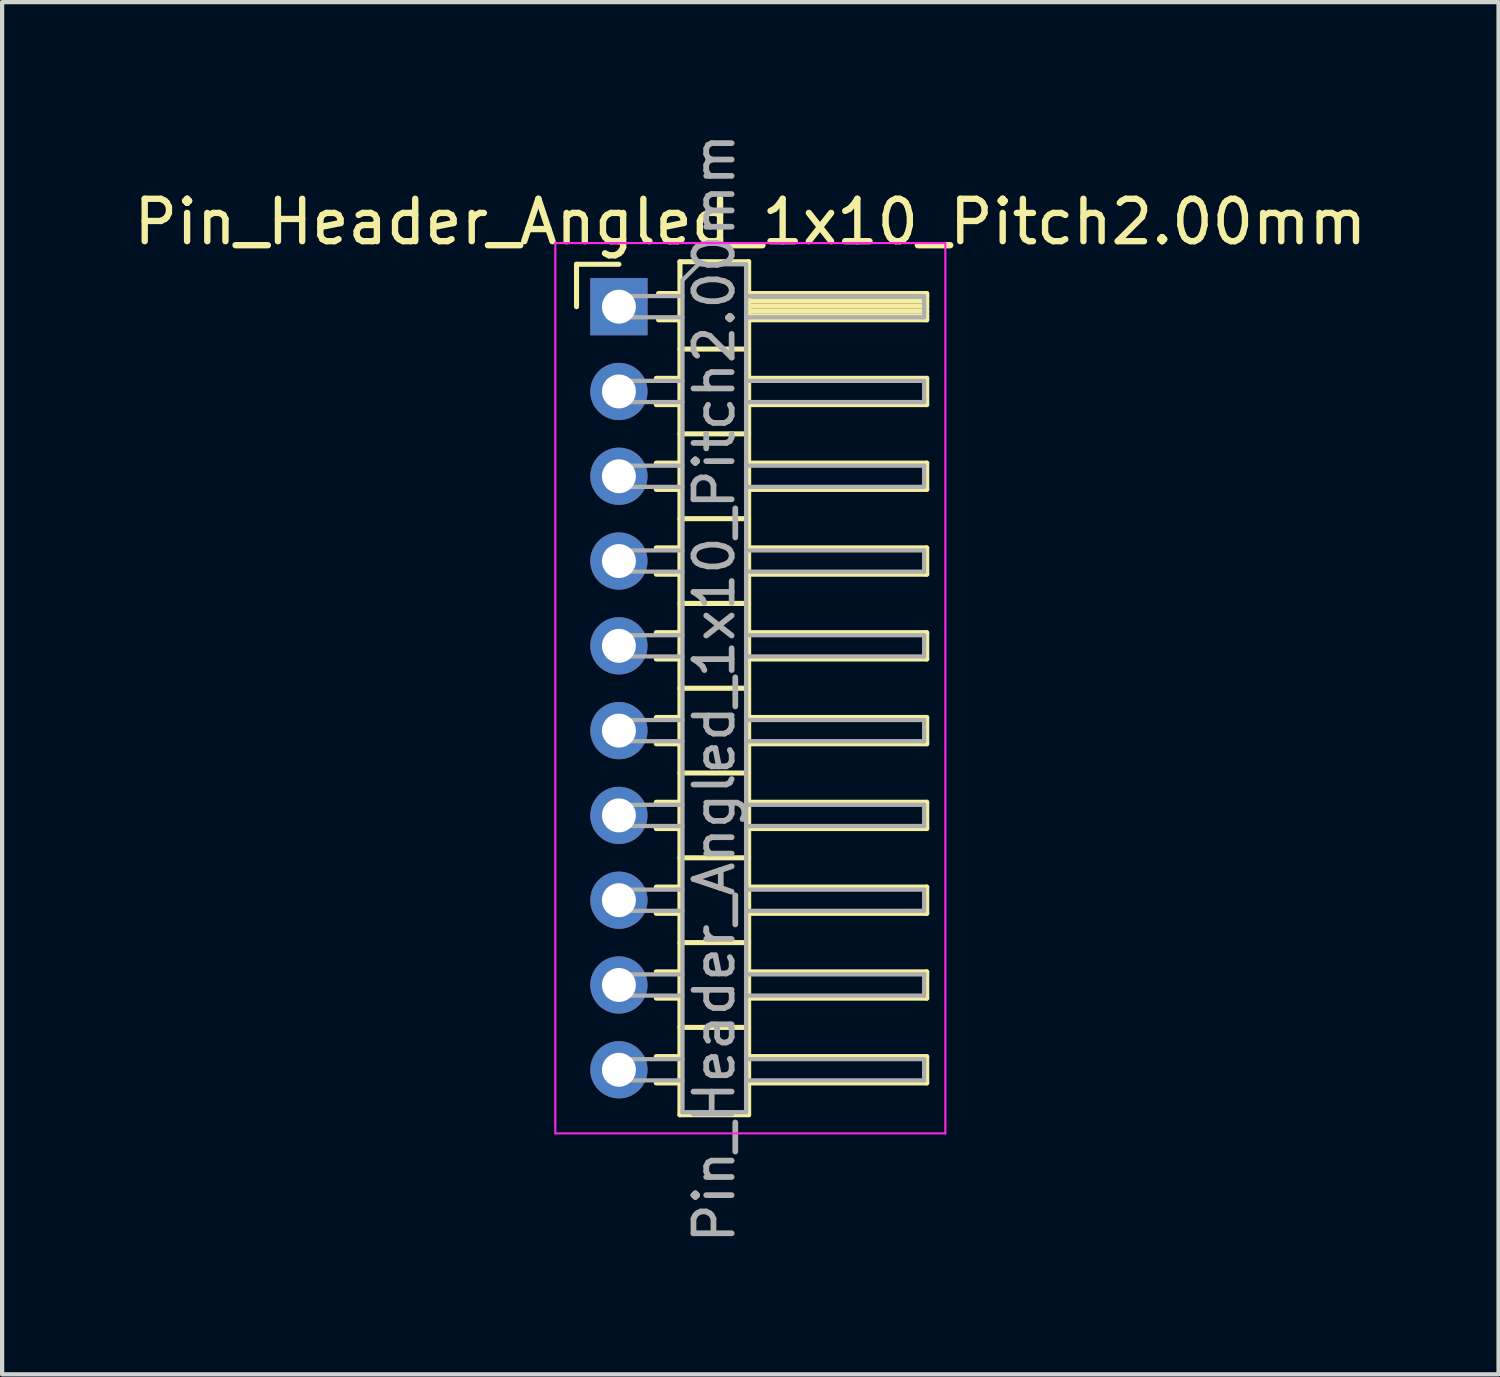
<source format=kicad_pcb>
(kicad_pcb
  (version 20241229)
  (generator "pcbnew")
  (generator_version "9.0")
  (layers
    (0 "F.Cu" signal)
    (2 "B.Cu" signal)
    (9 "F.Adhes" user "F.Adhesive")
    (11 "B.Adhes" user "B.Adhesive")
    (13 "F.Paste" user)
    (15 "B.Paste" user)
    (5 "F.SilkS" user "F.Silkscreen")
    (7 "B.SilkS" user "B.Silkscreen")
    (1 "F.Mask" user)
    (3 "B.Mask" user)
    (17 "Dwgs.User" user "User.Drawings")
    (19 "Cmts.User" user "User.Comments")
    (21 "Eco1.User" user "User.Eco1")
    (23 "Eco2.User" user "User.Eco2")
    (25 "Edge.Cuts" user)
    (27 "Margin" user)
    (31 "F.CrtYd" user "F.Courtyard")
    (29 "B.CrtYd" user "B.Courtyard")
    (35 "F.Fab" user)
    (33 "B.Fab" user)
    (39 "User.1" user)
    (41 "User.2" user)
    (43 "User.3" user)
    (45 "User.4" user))
  (footprint "Pin_Header_Angled_1x10_Pitch2.00mm"
    (layer "F.Cu")
    (at 11.549 4.184)
    (property "Reference" "Pin_Header_Angled_1x10_Pitch2.00mm" (at 3.1 -2 0) (layer "F.SilkS") (effects (font (size 1 1) (thickness 0.15))))
    (attr through_hole)
    (fp_line (start -1 -1) (end 0 -1) (stroke (width 0.12) (type solid)) (layer "F.SilkS"))
    (fp_line (start -1 0) (end -1 -1) (stroke (width 0.12) (type solid)) (layer "F.SilkS"))
    (fp_line (start 0.882 1.69) (end 1.44 1.69) (stroke (width 0.12) (type solid)) (layer "F.SilkS"))
    (fp_line (start 0.882 2.31) (end 1.44 2.31) (stroke (width 0.12) (type solid)) (layer "F.SilkS"))
    (fp_line (start 0.882 3.69) (end 1.44 3.69) (stroke (width 0.12) (type solid)) (layer "F.SilkS"))
    (fp_line (start 0.882 4.31) (end 1.44 4.31) (stroke (width 0.12) (type solid)) (layer "F.SilkS"))
    (fp_line (start 0.882 5.69) (end 1.44 5.69) (stroke (width 0.12) (type solid)) (layer "F.SilkS"))
    (fp_line (start 0.882 6.31) (end 1.44 6.31) (stroke (width 0.12) (type solid)) (layer "F.SilkS"))
    (fp_line (start 0.882 7.69) (end 1.44 7.69) (stroke (width 0.12) (type solid)) (layer "F.SilkS"))
    (fp_line (start 0.882 8.31) (end 1.44 8.31) (stroke (width 0.12) (type solid)) (layer "F.SilkS"))
    (fp_line (start 0.882 9.69) (end 1.44 9.69) (stroke (width 0.12) (type solid)) (layer "F.SilkS"))
    (fp_line (start 0.882 10.31) (end 1.44 10.31) (stroke (width 0.12) (type solid)) (layer "F.SilkS"))
    (fp_line (start 0.882 11.69) (end 1.44 11.69) (stroke (width 0.12) (type solid)) (layer "F.SilkS"))
    (fp_line (start 0.882 12.31) (end 1.44 12.31) (stroke (width 0.12) (type solid)) (layer "F.SilkS"))
    (fp_line (start 0.882 13.69) (end 1.44 13.69) (stroke (width 0.12) (type solid)) (layer "F.SilkS"))
    (fp_line (start 0.882 14.31) (end 1.44 14.31) (stroke (width 0.12) (type solid)) (layer "F.SilkS"))
    (fp_line (start 0.882 15.69) (end 1.44 15.69) (stroke (width 0.12) (type solid)) (layer "F.SilkS"))
    (fp_line (start 0.882 16.31) (end 1.44 16.31) (stroke (width 0.12) (type solid)) (layer "F.SilkS"))
    (fp_line (start 0.882 17.69) (end 1.44 17.69) (stroke (width 0.12) (type solid)) (layer "F.SilkS"))
    (fp_line (start 0.882 18.31) (end 1.44 18.31) (stroke (width 0.12) (type solid)) (layer "F.SilkS"))
    (fp_line (start 0.935 -0.31) (end 1.44 -0.31) (stroke (width 0.12) (type solid)) (layer "F.SilkS"))
    (fp_line (start 0.935 0.31) (end 1.44 0.31) (stroke (width 0.12) (type solid)) (layer "F.SilkS"))
    (fp_line (start 1.44 -1.06) (end 1.44 19.06) (stroke (width 0.12) (type solid)) (layer "F.SilkS"))
    (fp_line (start 1.44 1) (end 3.06 1) (stroke (width 0.12) (type solid)) (layer "F.SilkS"))
    (fp_line (start 1.44 3) (end 3.06 3) (stroke (width 0.12) (type solid)) (layer "F.SilkS"))
    (fp_line (start 1.44 5) (end 3.06 5) (stroke (width 0.12) (type solid)) (layer "F.SilkS"))
    (fp_line (start 1.44 7) (end 3.06 7) (stroke (width 0.12) (type solid)) (layer "F.SilkS"))
    (fp_line (start 1.44 9) (end 3.06 9) (stroke (width 0.12) (type solid)) (layer "F.SilkS"))
    (fp_line (start 1.44 11) (end 3.06 11) (stroke (width 0.12) (type solid)) (layer "F.SilkS"))
    (fp_line (start 1.44 13) (end 3.06 13) (stroke (width 0.12) (type solid)) (layer "F.SilkS"))
    (fp_line (start 1.44 15) (end 3.06 15) (stroke (width 0.12) (type solid)) (layer "F.SilkS"))
    (fp_line (start 1.44 17) (end 3.06 17) (stroke (width 0.12) (type solid)) (layer "F.SilkS"))
    (fp_line (start 1.44 19.06) (end 3.06 19.06) (stroke (width 0.12) (type solid)) (layer "F.SilkS"))
    (fp_line (start 3.06 -1.06) (end 1.44 -1.06) (stroke (width 0.12) (type solid)) (layer "F.SilkS"))
    (fp_line (start 3.06 -0.31) (end 7.26 -0.31) (stroke (width 0.12) (type solid)) (layer "F.SilkS"))
    (fp_line (start 3.06 -0.25) (end 7.26 -0.25) (stroke (width 0.12) (type solid)) (layer "F.SilkS"))
    (fp_line (start 3.06 -0.13) (end 7.26 -0.13) (stroke (width 0.12) (type solid)) (layer "F.SilkS"))
    (fp_line (start 3.06 -0.01) (end 7.26 -0.01) (stroke (width 0.12) (type solid)) (layer "F.SilkS"))
    (fp_line (start 3.06 0.11) (end 7.26 0.11) (stroke (width 0.12) (type solid)) (layer "F.SilkS"))
    (fp_line (start 3.06 0.23) (end 7.26 0.23) (stroke (width 0.12) (type solid)) (layer "F.SilkS"))
    (fp_line (start 3.06 1.69) (end 7.26 1.69) (stroke (width 0.12) (type solid)) (layer "F.SilkS"))
    (fp_line (start 3.06 3.69) (end 7.26 3.69) (stroke (width 0.12) (type solid)) (layer "F.SilkS"))
    (fp_line (start 3.06 5.69) (end 7.26 5.69) (stroke (width 0.12) (type solid)) (layer "F.SilkS"))
    (fp_line (start 3.06 7.69) (end 7.26 7.69) (stroke (width 0.12) (type solid)) (layer "F.SilkS"))
    (fp_line (start 3.06 9.69) (end 7.26 9.69) (stroke (width 0.12) (type solid)) (layer "F.SilkS"))
    (fp_line (start 3.06 11.69) (end 7.26 11.69) (stroke (width 0.12) (type solid)) (layer "F.SilkS"))
    (fp_line (start 3.06 13.69) (end 7.26 13.69) (stroke (width 0.12) (type solid)) (layer "F.SilkS"))
    (fp_line (start 3.06 15.69) (end 7.26 15.69) (stroke (width 0.12) (type solid)) (layer "F.SilkS"))
    (fp_line (start 3.06 17.69) (end 7.26 17.69) (stroke (width 0.12) (type solid)) (layer "F.SilkS"))
    (fp_line (start 3.06 19.06) (end 3.06 -1.06) (stroke (width 0.12) (type solid)) (layer "F.SilkS"))
    (fp_line (start 7.26 -0.31) (end 7.26 0.31) (stroke (width 0.12) (type solid)) (layer "F.SilkS"))
    (fp_line (start 7.26 0.31) (end 3.06 0.31) (stroke (width 0.12) (type solid)) (layer "F.SilkS"))
    (fp_line (start 7.26 1.69) (end 7.26 2.31) (stroke (width 0.12) (type solid)) (layer "F.SilkS"))
    (fp_line (start 7.26 2.31) (end 3.06 2.31) (stroke (width 0.12) (type solid)) (layer "F.SilkS"))
    (fp_line (start 7.26 3.69) (end 7.26 4.31) (stroke (width 0.12) (type solid)) (layer "F.SilkS"))
    (fp_line (start 7.26 4.31) (end 3.06 4.31) (stroke (width 0.12) (type solid)) (layer "F.SilkS"))
    (fp_line (start 7.26 5.69) (end 7.26 6.31) (stroke (width 0.12) (type solid)) (layer "F.SilkS"))
    (fp_line (start 7.26 6.31) (end 3.06 6.31) (stroke (width 0.12) (type solid)) (layer "F.SilkS"))
    (fp_line (start 7.26 7.69) (end 7.26 8.31) (stroke (width 0.12) (type solid)) (layer "F.SilkS"))
    (fp_line (start 7.26 8.31) (end 3.06 8.31) (stroke (width 0.12) (type solid)) (layer "F.SilkS"))
    (fp_line (start 7.26 9.69) (end 7.26 10.31) (stroke (width 0.12) (type solid)) (layer "F.SilkS"))
    (fp_line (start 7.26 10.31) (end 3.06 10.31) (stroke (width 0.12) (type solid)) (layer "F.SilkS"))
    (fp_line (start 7.26 11.69) (end 7.26 12.31) (stroke (width 0.12) (type solid)) (layer "F.SilkS"))
    (fp_line (start 7.26 12.31) (end 3.06 12.31) (stroke (width 0.12) (type solid)) (layer "F.SilkS"))
    (fp_line (start 7.26 13.69) (end 7.26 14.31) (stroke (width 0.12) (type solid)) (layer "F.SilkS"))
    (fp_line (start 7.26 14.31) (end 3.06 14.31) (stroke (width 0.12) (type solid)) (layer "F.SilkS"))
    (fp_line (start 7.26 15.69) (end 7.26 16.31) (stroke (width 0.12) (type solid)) (layer "F.SilkS"))
    (fp_line (start 7.26 16.31) (end 3.06 16.31) (stroke (width 0.12) (type solid)) (layer "F.SilkS"))
    (fp_line (start 7.26 17.69) (end 7.26 18.31) (stroke (width 0.12) (type solid)) (layer "F.SilkS"))
    (fp_line (start 7.26 18.31) (end 3.06 18.31) (stroke (width 0.12) (type solid)) (layer "F.SilkS"))
    (fp_line (start -1.5 -1.5) (end -1.5 19.5) (stroke (width 0.05) (type solid)) (layer "F.CrtYd"))
    (fp_line (start -1.5 19.5) (end 7.7 19.5) (stroke (width 0.05) (type solid)) (layer "F.CrtYd"))
    (fp_line (start 7.7 -1.5) (end -1.5 -1.5) (stroke (width 0.05) (type solid)) (layer "F.CrtYd"))
    (fp_line (start 7.7 19.5) (end 7.7 -1.5) (stroke (width 0.05) (type solid)) (layer "F.CrtYd"))
    (fp_line (start -0.25 -0.25) (end -0.25 0.25) (stroke (width 0.1) (type solid)) (layer "F.Fab"))
    (fp_line (start -0.25 -0.25) (end 1.5 -0.25) (stroke (width 0.1) (type solid)) (layer "F.Fab"))
    (fp_line (start -0.25 0.25) (end 1.5 0.25) (stroke (width 0.1) (type solid)) (layer "F.Fab"))
    (fp_line (start -0.25 1.75) (end -0.25 2.25) (stroke (width 0.1) (type solid)) (layer "F.Fab"))
    (fp_line (start -0.25 1.75) (end 1.5 1.75) (stroke (width 0.1) (type solid)) (layer "F.Fab"))
    (fp_line (start -0.25 2.25) (end 1.5 2.25) (stroke (width 0.1) (type solid)) (layer "F.Fab"))
    (fp_line (start -0.25 3.75) (end -0.25 4.25) (stroke (width 0.1) (type solid)) (layer "F.Fab"))
    (fp_line (start -0.25 3.75) (end 1.5 3.75) (stroke (width 0.1) (type solid)) (layer "F.Fab"))
    (fp_line (start -0.25 4.25) (end 1.5 4.25) (stroke (width 0.1) (type solid)) (layer "F.Fab"))
    (fp_line (start -0.25 5.75) (end -0.25 6.25) (stroke (width 0.1) (type solid)) (layer "F.Fab"))
    (fp_line (start -0.25 5.75) (end 1.5 5.75) (stroke (width 0.1) (type solid)) (layer "F.Fab"))
    (fp_line (start -0.25 6.25) (end 1.5 6.25) (stroke (width 0.1) (type solid)) (layer "F.Fab"))
    (fp_line (start -0.25 7.75) (end -0.25 8.25) (stroke (width 0.1) (type solid)) (layer "F.Fab"))
    (fp_line (start -0.25 7.75) (end 1.5 7.75) (stroke (width 0.1) (type solid)) (layer "F.Fab"))
    (fp_line (start -0.25 8.25) (end 1.5 8.25) (stroke (width 0.1) (type solid)) (layer "F.Fab"))
    (fp_line (start -0.25 9.75) (end -0.25 10.25) (stroke (width 0.1) (type solid)) (layer "F.Fab"))
    (fp_line (start -0.25 9.75) (end 1.5 9.75) (stroke (width 0.1) (type solid)) (layer "F.Fab"))
    (fp_line (start -0.25 10.25) (end 1.5 10.25) (stroke (width 0.1) (type solid)) (layer "F.Fab"))
    (fp_line (start -0.25 11.75) (end -0.25 12.25) (stroke (width 0.1) (type solid)) (layer "F.Fab"))
    (fp_line (start -0.25 11.75) (end 1.5 11.75) (stroke (width 0.1) (type solid)) (layer "F.Fab"))
    (fp_line (start -0.25 12.25) (end 1.5 12.25) (stroke (width 0.1) (type solid)) (layer "F.Fab"))
    (fp_line (start -0.25 13.75) (end -0.25 14.25) (stroke (width 0.1) (type solid)) (layer "F.Fab"))
    (fp_line (start -0.25 13.75) (end 1.5 13.75) (stroke (width 0.1) (type solid)) (layer "F.Fab"))
    (fp_line (start -0.25 14.25) (end 1.5 14.25) (stroke (width 0.1) (type solid)) (layer "F.Fab"))
    (fp_line (start -0.25 15.75) (end -0.25 16.25) (stroke (width 0.1) (type solid)) (layer "F.Fab"))
    (fp_line (start -0.25 15.75) (end 1.5 15.75) (stroke (width 0.1) (type solid)) (layer "F.Fab"))
    (fp_line (start -0.25 16.25) (end 1.5 16.25) (stroke (width 0.1) (type solid)) (layer "F.Fab"))
    (fp_line (start -0.25 17.75) (end -0.25 18.25) (stroke (width 0.1) (type solid)) (layer "F.Fab"))
    (fp_line (start -0.25 17.75) (end 1.5 17.75) (stroke (width 0.1) (type solid)) (layer "F.Fab"))
    (fp_line (start -0.25 18.25) (end 1.5 18.25) (stroke (width 0.1) (type solid)) (layer "F.Fab"))
    (fp_line (start 1.5 -0.625) (end 1.875 -1) (stroke (width 0.1) (type solid)) (layer "F.Fab"))
    (fp_line (start 1.5 19) (end 1.5 -0.625) (stroke (width 0.1) (type solid)) (layer "F.Fab"))
    (fp_line (start 1.875 -1) (end 3 -1) (stroke (width 0.1) (type solid)) (layer "F.Fab"))
    (fp_line (start 3 -1) (end 3 19) (stroke (width 0.1) (type solid)) (layer "F.Fab"))
    (fp_line (start 3 -0.25) (end 7.2 -0.25) (stroke (width 0.1) (type solid)) (layer "F.Fab"))
    (fp_line (start 3 0.25) (end 7.2 0.25) (stroke (width 0.1) (type solid)) (layer "F.Fab"))
    (fp_line (start 3 1.75) (end 7.2 1.75) (stroke (width 0.1) (type solid)) (layer "F.Fab"))
    (fp_line (start 3 2.25) (end 7.2 2.25) (stroke (width 0.1) (type solid)) (layer "F.Fab"))
    (fp_line (start 3 3.75) (end 7.2 3.75) (stroke (width 0.1) (type solid)) (layer "F.Fab"))
    (fp_line (start 3 4.25) (end 7.2 4.25) (stroke (width 0.1) (type solid)) (layer "F.Fab"))
    (fp_line (start 3 5.75) (end 7.2 5.75) (stroke (width 0.1) (type solid)) (layer "F.Fab"))
    (fp_line (start 3 6.25) (end 7.2 6.25) (stroke (width 0.1) (type solid)) (layer "F.Fab"))
    (fp_line (start 3 7.75) (end 7.2 7.75) (stroke (width 0.1) (type solid)) (layer "F.Fab"))
    (fp_line (start 3 8.25) (end 7.2 8.25) (stroke (width 0.1) (type solid)) (layer "F.Fab"))
    (fp_line (start 3 9.75) (end 7.2 9.75) (stroke (width 0.1) (type solid)) (layer "F.Fab"))
    (fp_line (start 3 10.25) (end 7.2 10.25) (stroke (width 0.1) (type solid)) (layer "F.Fab"))
    (fp_line (start 3 11.75) (end 7.2 11.75) (stroke (width 0.1) (type solid)) (layer "F.Fab"))
    (fp_line (start 3 12.25) (end 7.2 12.25) (stroke (width 0.1) (type solid)) (layer "F.Fab"))
    (fp_line (start 3 13.75) (end 7.2 13.75) (stroke (width 0.1) (type solid)) (layer "F.Fab"))
    (fp_line (start 3 14.25) (end 7.2 14.25) (stroke (width 0.1) (type solid)) (layer "F.Fab"))
    (fp_line (start 3 15.75) (end 7.2 15.75) (stroke (width 0.1) (type solid)) (layer "F.Fab"))
    (fp_line (start 3 16.25) (end 7.2 16.25) (stroke (width 0.1) (type solid)) (layer "F.Fab"))
    (fp_line (start 3 17.75) (end 7.2 17.75) (stroke (width 0.1) (type solid)) (layer "F.Fab"))
    (fp_line (start 3 18.25) (end 7.2 18.25) (stroke (width 0.1) (type solid)) (layer "F.Fab"))
    (fp_line (start 3 19) (end 1.5 19) (stroke (width 0.1) (type solid)) (layer "F.Fab"))
    (fp_line (start 7.2 -0.25) (end 7.2 0.25) (stroke (width 0.1) (type solid)) (layer "F.Fab"))
    (fp_line (start 7.2 1.75) (end 7.2 2.25) (stroke (width 0.1) (type solid)) (layer "F.Fab"))
    (fp_line (start 7.2 3.75) (end 7.2 4.25) (stroke (width 0.1) (type solid)) (layer "F.Fab"))
    (fp_line (start 7.2 5.75) (end 7.2 6.25) (stroke (width 0.1) (type solid)) (layer "F.Fab"))
    (fp_line (start 7.2 7.75) (end 7.2 8.25) (stroke (width 0.1) (type solid)) (layer "F.Fab"))
    (fp_line (start 7.2 9.75) (end 7.2 10.25) (stroke (width 0.1) (type solid)) (layer "F.Fab"))
    (fp_line (start 7.2 11.75) (end 7.2 12.25) (stroke (width 0.1) (type solid)) (layer "F.Fab"))
    (fp_line (start 7.2 13.75) (end 7.2 14.25) (stroke (width 0.1) (type solid)) (layer "F.Fab"))
    (fp_line (start 7.2 15.75) (end 7.2 16.25) (stroke (width 0.1) (type solid)) (layer "F.Fab"))
    (fp_line (start 7.2 17.75) (end 7.2 18.25) (stroke (width 0.1) (type solid)) (layer "F.Fab"))
    (fp_text user "${REFERENCE}" (at 2.25 9 90) (layer "F.Fab") (effects (font (size 0.9 0.9) (thickness 0.135))))
    (pad "1" thru_hole rect (at 0 0) (size 1.35 1.35) (drill 0.8) (layers "*.Cu" "*.Mask"))
    (pad "2" thru_hole oval (at 0 2) (size 1.35 1.35) (drill 0.8) (layers "*.Cu" "*.Mask"))
    (pad "3" thru_hole oval (at 0 4) (size 1.35 1.35) (drill 0.8) (layers "*.Cu" "*.Mask"))
    (pad "4" thru_hole oval (at 0 6) (size 1.35 1.35) (drill 0.8) (layers "*.Cu" "*.Mask"))
    (pad "5" thru_hole oval (at 0 8) (size 1.35 1.35) (drill 0.8) (layers "*.Cu" "*.Mask"))
    (pad "6" thru_hole oval (at 0 10) (size 1.35 1.35) (drill 0.8) (layers "*.Cu" "*.Mask"))
    (pad "7" thru_hole oval (at 0 12) (size 1.35 1.35) (drill 0.8) (layers "*.Cu" "*.Mask"))
    (pad "8" thru_hole oval (at 0 14) (size 1.35 1.35) (drill 0.8) (layers "*.Cu" "*.Mask"))
    (pad "9" thru_hole oval (at 0 16) (size 1.35 1.35) (drill 0.8) (layers "*.Cu" "*.Mask"))
    (pad "10" thru_hole oval (at 0 18) (size 1.35 1.35) (drill 0.8) (layers "*.Cu" "*.Mask")))
  (gr_rect
    (start -3 -3)
    (end 32.298 29.368)
    (stroke (width 0.1) (type default))
    (fill no)
    (layer "Edge.Cuts")))
</source>
